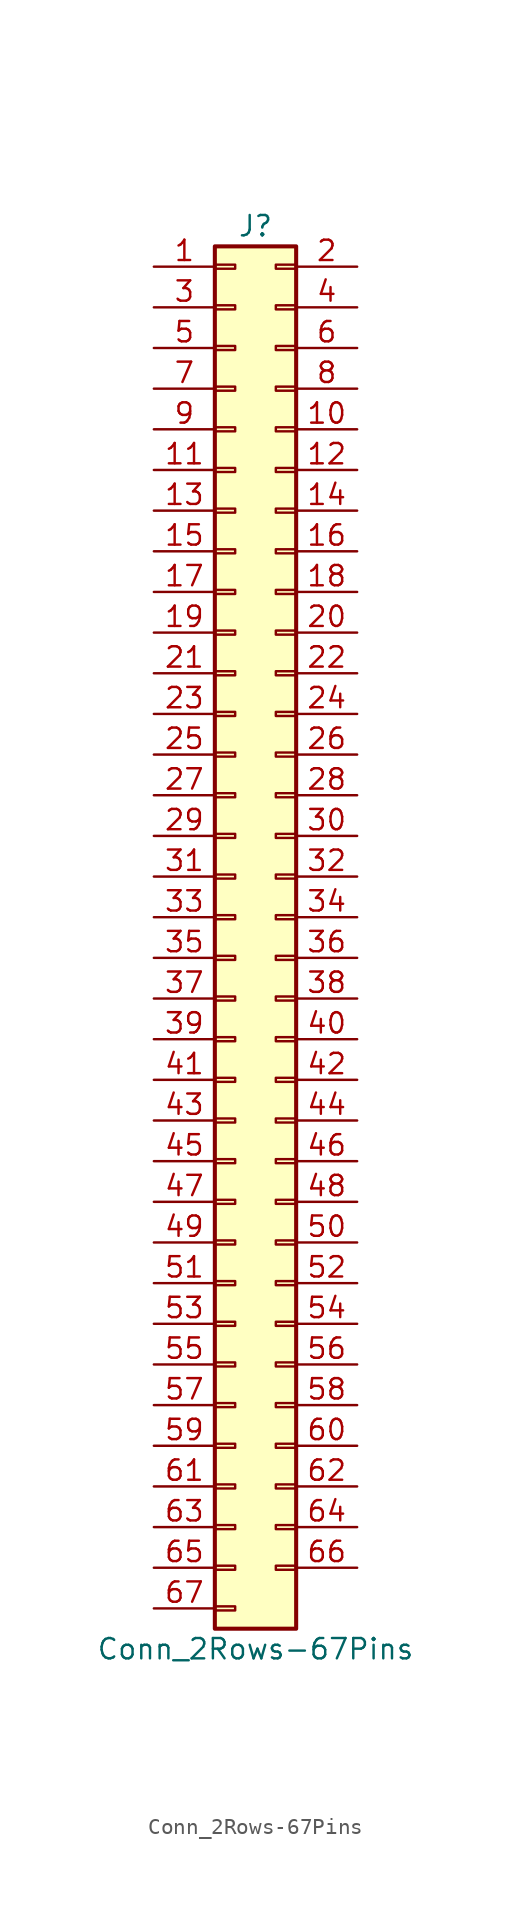
<source format=kicad_sym>
(kicad_symbol_lib
  (version 20201005)
  (generator kicad_symbol_editor)
  (symbol "Conn_2Rows-67Pins"
    (pin_names
      (offset 1.016) hide)
    (property "Reference" "J"
      (at 1.27 43.18 0)
      (effects (font (size 1.27 1.27))))
    (property "Value" "Conn_2Rows-67Pins"
      (at 1.27 -45.72 0)
      (effects (font (size 1.27 1.27))))
    (symbol "Conn_2Rows-67Pins_1_1"
      (rectangle (start -1.27 -43.053) (end 0 -43.307) (stroke (width 0.152)) (fill (type none)))
      (rectangle (start -1.27 -40.513) (end 0 -40.767) (stroke (width 0.152)) (fill (type none)))
      (rectangle (start -1.27 -37.973) (end 0 -38.227) (stroke (width 0.152)) (fill (type none)))
      (rectangle (start -1.27 -35.433) (end 0 -35.687) (stroke (width 0.152)) (fill (type none)))
      (rectangle (start -1.27 -32.893) (end 0 -33.147) (stroke (width 0.152)) (fill (type none)))
      (rectangle (start -1.27 -30.353) (end 0 -30.607) (stroke (width 0.152)) (fill (type none)))
      (rectangle (start -1.27 -27.813) (end 0 -28.067) (stroke (width 0.152)) (fill (type none)))
      (rectangle (start -1.27 -25.273) (end 0 -25.527) (stroke (width 0.152)) (fill (type none)))
      (rectangle (start -1.27 -22.733) (end 0 -22.987) (stroke (width 0.152)) (fill (type none)))
      (rectangle (start -1.27 -20.193) (end 0 -20.447) (stroke (width 0.152)) (fill (type none)))
      (rectangle (start -1.27 -17.653) (end 0 -17.907) (stroke (width 0.152)) (fill (type none)))
      (rectangle (start -1.27 -15.113) (end 0 -15.367) (stroke (width 0.152)) (fill (type none)))
      (rectangle (start -1.27 -12.573) (end 0 -12.827) (stroke (width 0.152)) (fill (type none)))
      (rectangle (start -1.27 -10.033) (end 0 -10.287) (stroke (width 0.152)) (fill (type none)))
      (rectangle (start -1.27 -7.493) (end 0 -7.747) (stroke (width 0.152)) (fill (type none)))
      (rectangle (start -1.27 -4.953) (end 0 -5.207) (stroke (width 0.152)) (fill (type none)))
      (rectangle (start -1.27 -2.413) (end 0 -2.667) (stroke (width 0.152)) (fill (type none)))
      (rectangle (start -1.27 0.127) (end 0 -0.127) (stroke (width 0.152)) (fill (type none)))
      (rectangle (start -1.27 2.667) (end 0 2.413) (stroke (width 0.152)) (fill (type none)))
      (rectangle (start -1.27 5.207) (end 0 4.953) (stroke (width 0.152)) (fill (type none)))
      (rectangle (start -1.27 7.747) (end 0 7.493) (stroke (width 0.152)) (fill (type none)))
      (rectangle (start -1.27 10.287) (end 0 10.033) (stroke (width 0.152)) (fill (type none)))
      (rectangle (start -1.27 12.827) (end 0 12.573) (stroke (width 0.152)) (fill (type none)))
      (rectangle (start -1.27 15.367) (end 0 15.113) (stroke (width 0.152)) (fill (type none)))
      (rectangle (start -1.27 17.907) (end 0 17.653) (stroke (width 0.152)) (fill (type none)))
      (rectangle (start -1.27 20.447) (end 0 20.193) (stroke (width 0.152)) (fill (type none)))
      (rectangle (start -1.27 22.987) (end 0 22.733) (stroke (width 0.152)) (fill (type none)))
      (rectangle (start -1.27 25.527) (end 0 25.273) (stroke (width 0.152)) (fill (type none)))
      (rectangle (start -1.27 28.067) (end 0 27.813) (stroke (width 0.152)) (fill (type none)))
      (rectangle (start -1.27 30.607) (end 0 30.353) (stroke (width 0.152)) (fill (type none)))
      (rectangle (start -1.27 33.147) (end 0 32.893) (stroke (width 0.152)) (fill (type none)))
      (rectangle (start -1.27 35.687) (end 0 35.433) (stroke (width 0.152)) (fill (type none)))
      (rectangle (start -1.27 38.227) (end 0 37.973) (stroke (width 0.152)) (fill (type none)))
      (rectangle (start -1.27 40.767) (end 0 40.513) (stroke (width 0.152)) (fill (type none)))
      (rectangle (start 3.81 -40.513) (end 2.54 -40.767) (stroke (width 0.152)) (fill (type none)))
      (rectangle (start 3.81 -37.973) (end 2.54 -38.227) (stroke (width 0.152)) (fill (type none)))
      (rectangle (start 3.81 -35.433) (end 2.54 -35.687) (stroke (width 0.152)) (fill (type none)))
      (rectangle (start 3.81 -32.893) (end 2.54 -33.147) (stroke (width 0.152)) (fill (type none)))
      (rectangle (start 3.81 -30.353) (end 2.54 -30.607) (stroke (width 0.152)) (fill (type none)))
      (rectangle (start 3.81 -27.813) (end 2.54 -28.067) (stroke (width 0.152)) (fill (type none)))
      (rectangle (start 3.81 -25.273) (end 2.54 -25.527) (stroke (width 0.152)) (fill (type none)))
      (rectangle (start 3.81 -22.733) (end 2.54 -22.987) (stroke (width 0.152)) (fill (type none)))
      (rectangle (start 3.81 -20.193) (end 2.54 -20.447) (stroke (width 0.152)) (fill (type none)))
      (rectangle (start 3.81 -17.653) (end 2.54 -17.907) (stroke (width 0.152)) (fill (type none)))
      (rectangle (start 3.81 -15.113) (end 2.54 -15.367) (stroke (width 0.152)) (fill (type none)))
      (rectangle (start 3.81 -12.573) (end 2.54 -12.827) (stroke (width 0.152)) (fill (type none)))
      (rectangle (start 3.81 -10.033) (end 2.54 -10.287) (stroke (width 0.152)) (fill (type none)))
      (rectangle (start 3.81 -7.493) (end 2.54 -7.747) (stroke (width 0.152)) (fill (type none)))
      (rectangle (start 3.81 -4.953) (end 2.54 -5.207) (stroke (width 0.152)) (fill (type none)))
      (rectangle (start 3.81 -2.413) (end 2.54 -2.667) (stroke (width 0.152)) (fill (type none)))
      (rectangle (start 3.81 0.127) (end 2.54 -0.127) (stroke (width 0.152)) (fill (type none)))
      (rectangle (start 3.81 2.667) (end 2.54 2.413) (stroke (width 0.152)) (fill (type none)))
      (rectangle (start 3.81 5.207) (end 2.54 4.953) (stroke (width 0.152)) (fill (type none)))
      (rectangle (start 3.81 7.747) (end 2.54 7.493) (stroke (width 0.152)) (fill (type none)))
      (rectangle (start 3.81 10.287) (end 2.54 10.033) (stroke (width 0.152)) (fill (type none)))
      (rectangle (start 3.81 12.827) (end 2.54 12.573) (stroke (width 0.152)) (fill (type none)))
      (rectangle (start 3.81 15.367) (end 2.54 15.113) (stroke (width 0.152)) (fill (type none)))
      (rectangle (start 3.81 17.907) (end 2.54 17.653) (stroke (width 0.152)) (fill (type none)))
      (rectangle (start 3.81 20.447) (end 2.54 20.193) (stroke (width 0.152)) (fill (type none)))
      (rectangle (start 3.81 22.987) (end 2.54 22.733) (stroke (width 0.152)) (fill (type none)))
      (rectangle (start 3.81 25.527) (end 2.54 25.273) (stroke (width 0.152)) (fill (type none)))
      (rectangle (start 3.81 28.067) (end 2.54 27.813) (stroke (width 0.152)) (fill (type none)))
      (rectangle (start 3.81 30.607) (end 2.54 30.353) (stroke (width 0.152)) (fill (type none)))
      (rectangle (start 3.81 33.147) (end 2.54 32.893) (stroke (width 0.152)) (fill (type none)))
      (rectangle (start 3.81 35.687) (end 2.54 35.433) (stroke (width 0.152)) (fill (type none)))
      (rectangle (start 3.81 38.227) (end 2.54 37.973) (stroke (width 0.152)) (fill (type none)))
      (rectangle (start 3.81 40.767) (end 2.54 40.513) (stroke (width 0.152)) (fill (type none)))
      (rectangle (start -1.27 41.91) (end 3.81 -44.45) (stroke (width 0.254)) (fill (type background)))
      (pin passive line (at -5.08 40.64 0) (length 3.81) (name "Pin_1" (effects (font (size 1.27 1.27)))) (number "1" (effects (font (size 1.27 1.27)))))
      (pin passive line (at 7.62 30.48 180) (length 3.81) (name "Pin_10" (effects (font (size 1.27 1.27)))) (number "10" (effects (font (size 1.27 1.27)))))
      (pin passive line (at -5.08 27.94 0) (length 3.81) (name "Pin_11" (effects (font (size 1.27 1.27)))) (number "11" (effects (font (size 1.27 1.27)))))
      (pin passive line (at 7.62 27.94 180) (length 3.81) (name "Pin_12" (effects (font (size 1.27 1.27)))) (number "12" (effects (font (size 1.27 1.27)))))
      (pin passive line (at -5.08 25.4 0) (length 3.81) (name "Pin_13" (effects (font (size 1.27 1.27)))) (number "13" (effects (font (size 1.27 1.27)))))
      (pin passive line (at 7.62 25.4 180) (length 3.81) (name "Pin_14" (effects (font (size 1.27 1.27)))) (number "14" (effects (font (size 1.27 1.27)))))
      (pin passive line (at -5.08 22.86 0) (length 3.81) (name "Pin_15" (effects (font (size 1.27 1.27)))) (number "15" (effects (font (size 1.27 1.27)))))
      (pin passive line (at 7.62 22.86 180) (length 3.81) (name "Pin_16" (effects (font (size 1.27 1.27)))) (number "16" (effects (font (size 1.27 1.27)))))
      (pin passive line (at -5.08 20.32 0) (length 3.81) (name "Pin_17" (effects (font (size 1.27 1.27)))) (number "17" (effects (font (size 1.27 1.27)))))
      (pin passive line (at 7.62 20.32 180) (length 3.81) (name "Pin_18" (effects (font (size 1.27 1.27)))) (number "18" (effects (font (size 1.27 1.27)))))
      (pin passive line (at -5.08 17.78 0) (length 3.81) (name "Pin_19" (effects (font (size 1.27 1.27)))) (number "19" (effects (font (size 1.27 1.27)))))
      (pin passive line (at 7.62 40.64 180) (length 3.81) (name "Pin_2" (effects (font (size 1.27 1.27)))) (number "2" (effects (font (size 1.27 1.27)))))
      (pin passive line (at 7.62 17.78 180) (length 3.81) (name "Pin_20" (effects (font (size 1.27 1.27)))) (number "20" (effects (font (size 1.27 1.27)))))
      (pin passive line (at -5.08 15.24 0) (length 3.81) (name "Pin_21" (effects (font (size 1.27 1.27)))) (number "21" (effects (font (size 1.27 1.27)))))
      (pin passive line (at 7.62 15.24 180) (length 3.81) (name "Pin_22" (effects (font (size 1.27 1.27)))) (number "22" (effects (font (size 1.27 1.27)))))
      (pin passive line (at -5.08 12.7 0) (length 3.81) (name "Pin_23" (effects (font (size 1.27 1.27)))) (number "23" (effects (font (size 1.27 1.27)))))
      (pin passive line (at 7.62 12.7 180) (length 3.81) (name "Pin_24" (effects (font (size 1.27 1.27)))) (number "24" (effects (font (size 1.27 1.27)))))
      (pin passive line (at -5.08 10.16 0) (length 3.81) (name "Pin_25" (effects (font (size 1.27 1.27)))) (number "25" (effects (font (size 1.27 1.27)))))
      (pin passive line (at 7.62 10.16 180) (length 3.81) (name "Pin_26" (effects (font (size 1.27 1.27)))) (number "26" (effects (font (size 1.27 1.27)))))
      (pin passive line (at -5.08 7.62 0) (length 3.81) (name "Pin_27" (effects (font (size 1.27 1.27)))) (number "27" (effects (font (size 1.27 1.27)))))
      (pin passive line (at 7.62 7.62 180) (length 3.81) (name "Pin_28" (effects (font (size 1.27 1.27)))) (number "28" (effects (font (size 1.27 1.27)))))
      (pin passive line (at -5.08 5.08 0) (length 3.81) (name "Pin_29" (effects (font (size 1.27 1.27)))) (number "29" (effects (font (size 1.27 1.27)))))
      (pin passive line (at -5.08 38.1 0) (length 3.81) (name "Pin_3" (effects (font (size 1.27 1.27)))) (number "3" (effects (font (size 1.27 1.27)))))
      (pin passive line (at 7.62 5.08 180) (length 3.81) (name "Pin_30" (effects (font (size 1.27 1.27)))) (number "30" (effects (font (size 1.27 1.27)))))
      (pin passive line (at -5.08 2.54 0) (length 3.81) (name "Pin_31" (effects (font (size 1.27 1.27)))) (number "31" (effects (font (size 1.27 1.27)))))
      (pin passive line (at 7.62 2.54 180) (length 3.81) (name "Pin_32" (effects (font (size 1.27 1.27)))) (number "32" (effects (font (size 1.27 1.27)))))
      (pin passive line (at -5.08 0 0) (length 3.81) (name "Pin_33" (effects (font (size 1.27 1.27)))) (number "33" (effects (font (size 1.27 1.27)))))
      (pin passive line (at 7.62 0 180) (length 3.81) (name "Pin_34" (effects (font (size 1.27 1.27)))) (number "34" (effects (font (size 1.27 1.27)))))
      (pin passive line (at -5.08 -2.54 0) (length 3.81) (name "Pin_35" (effects (font (size 1.27 1.27)))) (number "35" (effects (font (size 1.27 1.27)))))
      (pin passive line (at 7.62 -2.54 180) (length 3.81) (name "Pin_36" (effects (font (size 1.27 1.27)))) (number "36" (effects (font (size 1.27 1.27)))))
      (pin passive line (at -5.08 -5.08 0) (length 3.81) (name "Pin_37" (effects (font (size 1.27 1.27)))) (number "37" (effects (font (size 1.27 1.27)))))
      (pin passive line (at 7.62 -5.08 180) (length 3.81) (name "Pin_38" (effects (font (size 1.27 1.27)))) (number "38" (effects (font (size 1.27 1.27)))))
      (pin passive line (at -5.08 -7.62 0) (length 3.81) (name "Pin_39" (effects (font (size 1.27 1.27)))) (number "39" (effects (font (size 1.27 1.27)))))
      (pin passive line (at 7.62 38.1 180) (length 3.81) (name "Pin_4" (effects (font (size 1.27 1.27)))) (number "4" (effects (font (size 1.27 1.27)))))
      (pin passive line (at 7.62 -7.62 180) (length 3.81) (name "Pin_40" (effects (font (size 1.27 1.27)))) (number "40" (effects (font (size 1.27 1.27)))))
      (pin passive line (at -5.08 -10.16 0) (length 3.81) (name "Pin_41" (effects (font (size 1.27 1.27)))) (number "41" (effects (font (size 1.27 1.27)))))
      (pin passive line (at 7.62 -10.16 180) (length 3.81) (name "Pin_42" (effects (font (size 1.27 1.27)))) (number "42" (effects (font (size 1.27 1.27)))))
      (pin passive line (at -5.08 -12.7 0) (length 3.81) (name "Pin_43" (effects (font (size 1.27 1.27)))) (number "43" (effects (font (size 1.27 1.27)))))
      (pin passive line (at 7.62 -12.7 180) (length 3.81) (name "Pin_44" (effects (font (size 1.27 1.27)))) (number "44" (effects (font (size 1.27 1.27)))))
      (pin passive line (at -5.08 -15.24 0) (length 3.81) (name "Pin_45" (effects (font (size 1.27 1.27)))) (number "45" (effects (font (size 1.27 1.27)))))
      (pin passive line (at 7.62 -15.24 180) (length 3.81) (name "Pin_46" (effects (font (size 1.27 1.27)))) (number "46" (effects (font (size 1.27 1.27)))))
      (pin passive line (at -5.08 -17.78 0) (length 3.81) (name "Pin_47" (effects (font (size 1.27 1.27)))) (number "47" (effects (font (size 1.27 1.27)))))
      (pin passive line (at 7.62 -17.78 180) (length 3.81) (name "Pin_48" (effects (font (size 1.27 1.27)))) (number "48" (effects (font (size 1.27 1.27)))))
      (pin passive line (at -5.08 -20.32 0) (length 3.81) (name "Pin_49" (effects (font (size 1.27 1.27)))) (number "49" (effects (font (size 1.27 1.27)))))
      (pin passive line (at -5.08 35.56 0) (length 3.81) (name "Pin_5" (effects (font (size 1.27 1.27)))) (number "5" (effects (font (size 1.27 1.27)))))
      (pin passive line (at 7.62 -20.32 180) (length 3.81) (name "Pin_50" (effects (font (size 1.27 1.27)))) (number "50" (effects (font (size 1.27 1.27)))))
      (pin passive line (at -5.08 -22.86 0) (length 3.81) (name "Pin_51" (effects (font (size 1.27 1.27)))) (number "51" (effects (font (size 1.27 1.27)))))
      (pin passive line (at 7.62 -22.86 180) (length 3.81) (name "Pin_52" (effects (font (size 1.27 1.27)))) (number "52" (effects (font (size 1.27 1.27)))))
      (pin passive line (at -5.08 -25.4 0) (length 3.81) (name "Pin_53" (effects (font (size 1.27 1.27)))) (number "53" (effects (font (size 1.27 1.27)))))
      (pin passive line (at 7.62 -25.4 180) (length 3.81) (name "Pin_54" (effects (font (size 1.27 1.27)))) (number "54" (effects (font (size 1.27 1.27)))))
      (pin passive line (at -5.08 -27.94 0) (length 3.81) (name "Pin_55" (effects (font (size 1.27 1.27)))) (number "55" (effects (font (size 1.27 1.27)))))
      (pin passive line (at 7.62 -27.94 180) (length 3.81) (name "Pin_56" (effects (font (size 1.27 1.27)))) (number "56" (effects (font (size 1.27 1.27)))))
      (pin passive line (at -5.08 -30.48 0) (length 3.81) (name "Pin_57" (effects (font (size 1.27 1.27)))) (number "57" (effects (font (size 1.27 1.27)))))
      (pin passive line (at 7.62 -30.48 180) (length 3.81) (name "Pin_58" (effects (font (size 1.27 1.27)))) (number "58" (effects (font (size 1.27 1.27)))))
      (pin passive line (at -5.08 -33.02 0) (length 3.81) (name "Pin_59" (effects (font (size 1.27 1.27)))) (number "59" (effects (font (size 1.27 1.27)))))
      (pin passive line (at 7.62 35.56 180) (length 3.81) (name "Pin_6" (effects (font (size 1.27 1.27)))) (number "6" (effects (font (size 1.27 1.27)))))
      (pin passive line (at 7.62 -33.02 180) (length 3.81) (name "Pin_60" (effects (font (size 1.27 1.27)))) (number "60" (effects (font (size 1.27 1.27)))))
      (pin passive line (at -5.08 -35.56 0) (length 3.81) (name "Pin_61" (effects (font (size 1.27 1.27)))) (number "61" (effects (font (size 1.27 1.27)))))
      (pin passive line (at 7.62 -35.56 180) (length 3.81) (name "Pin_62" (effects (font (size 1.27 1.27)))) (number "62" (effects (font (size 1.27 1.27)))))
      (pin passive line (at -5.08 -38.1 0) (length 3.81) (name "Pin_63" (effects (font (size 1.27 1.27)))) (number "63" (effects (font (size 1.27 1.27)))))
      (pin passive line (at 7.62 -38.1 180) (length 3.81) (name "Pin_64" (effects (font (size 1.27 1.27)))) (number "64" (effects (font (size 1.27 1.27)))))
      (pin passive line (at -5.08 -40.64 0) (length 3.81) (name "Pin_65" (effects (font (size 1.27 1.27)))) (number "65" (effects (font (size 1.27 1.27)))))
      (pin passive line (at 7.62 -40.64 180) (length 3.81) (name "Pin_66" (effects (font (size 1.27 1.27)))) (number "66" (effects (font (size 1.27 1.27)))))
      (pin passive line (at -5.08 -43.18 0) (length 3.81) (name "Pin_67" (effects (font (size 1.27 1.27)))) (number "67" (effects (font (size 1.27 1.27)))))
      (pin passive line (at -5.08 33.02 0) (length 3.81) (name "Pin_7" (effects (font (size 1.27 1.27)))) (number "7" (effects (font (size 1.27 1.27)))))
      (pin passive line (at 7.62 33.02 180) (length 3.81) (name "Pin_8" (effects (font (size 1.27 1.27)))) (number "8" (effects (font (size 1.27 1.27)))))
      (pin passive line (at -5.08 30.48 0) (length 3.81) (name "Pin_9" (effects (font (size 1.27 1.27)))) (number "9" (effects (font (size 1.27 1.27))))))))
</source>
